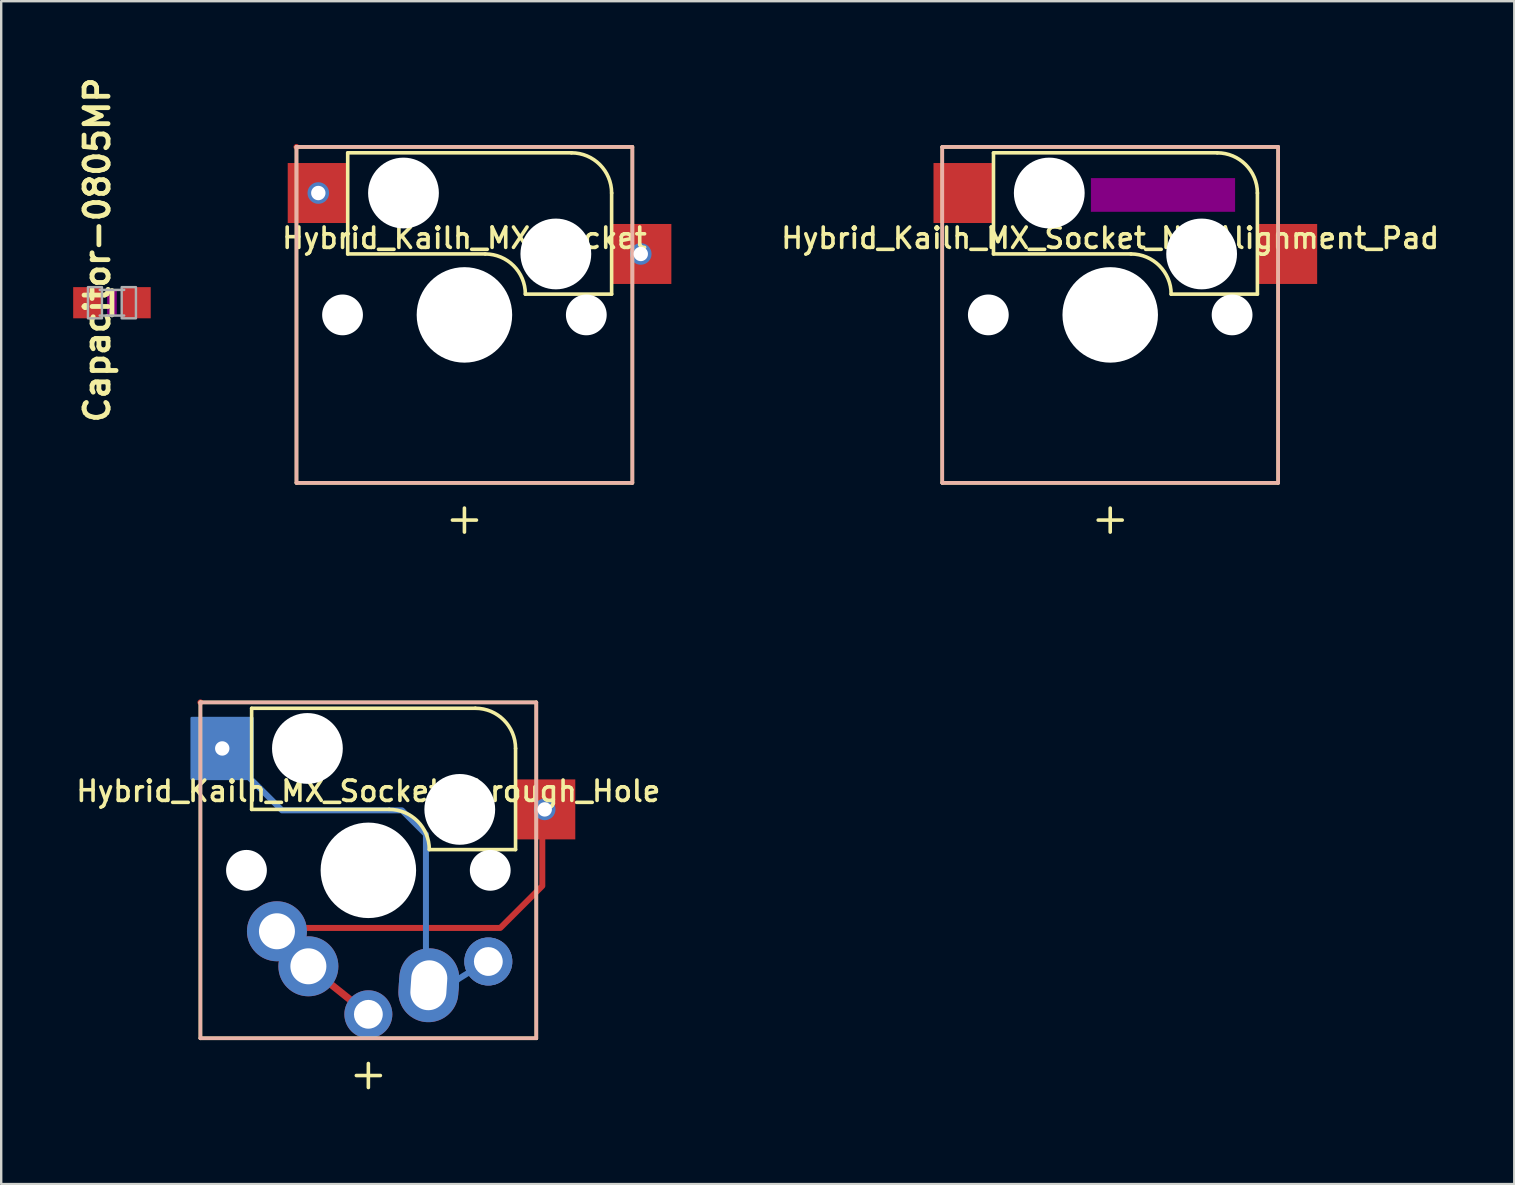
<source format=kicad_pcb>
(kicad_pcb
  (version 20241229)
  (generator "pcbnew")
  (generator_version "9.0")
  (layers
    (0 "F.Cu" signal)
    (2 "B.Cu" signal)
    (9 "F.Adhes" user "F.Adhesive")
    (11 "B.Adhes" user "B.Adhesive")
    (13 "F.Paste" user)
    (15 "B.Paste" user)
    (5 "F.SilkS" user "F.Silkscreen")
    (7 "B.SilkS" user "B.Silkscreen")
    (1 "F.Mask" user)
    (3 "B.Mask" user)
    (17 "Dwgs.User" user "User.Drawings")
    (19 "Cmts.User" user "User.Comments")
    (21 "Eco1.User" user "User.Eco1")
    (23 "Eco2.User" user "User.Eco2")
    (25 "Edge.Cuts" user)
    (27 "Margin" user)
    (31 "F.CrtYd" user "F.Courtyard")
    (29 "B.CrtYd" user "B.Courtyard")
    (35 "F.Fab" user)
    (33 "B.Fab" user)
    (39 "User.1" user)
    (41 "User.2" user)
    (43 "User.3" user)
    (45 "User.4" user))
  (footprint "Hybrid_Kailh_MX_Socket"
    (layer "F.Cu")
    (at 16.307 10.075)
    (property "Reference" "Hybrid_Kailh_MX_Socket" (at 0 -3.2 0) (layer "F.SilkS") (effects (font (size 0.85 0.85) (thickness 0.15))))
    (attr through_hole)
    (fp_line (start -7 -7) (end 7 -7) (stroke (width 0.15) (type solid)) (layer "F.SilkS"))
    (fp_line (start -7 7) (end -7 -7) (stroke (width 0.15) (type solid)) (layer "F.SilkS"))
    (fp_line (start -4.865 -6.75) (end -4.865 -2.54) (stroke (width 0.15) (type solid)) (layer "F.SilkS"))
    (fp_line (start -0.5 8.552) (end 0.5 8.552) (stroke (width 0.15) (type solid)) (layer "F.SilkS"))
    (fp_line (start 0 9.052) (end 0 8.052) (stroke (width 0.15) (type solid)) (layer "F.SilkS"))
    (fp_line (start 0.865 -2.54) (end -4.865 -2.54) (stroke (width 0.15) (type solid)) (layer "F.SilkS"))
    (fp_line (start 4.46 -6.755) (end -4.865 -6.755) (stroke (width 0.15) (type solid)) (layer "F.SilkS"))
    (fp_line (start 6.135 -5.08) (end 6.135 -0.865) (stroke (width 0.15) (type solid)) (layer "F.SilkS"))
    (fp_line (start 6.135 -0.865) (end 2.54 -0.865) (stroke (width 0.15) (type solid)) (layer "F.SilkS"))
    (fp_line (start 7 -7) (end 7 7) (stroke (width 0.15) (type solid)) (layer "F.SilkS"))
    (fp_line (start 7 7) (end -7 7) (stroke (width 0.15) (type solid)) (layer "F.SilkS"))
    (fp_arc (start 0.865 -2.54) (mid 2.049404 -2.049404) (end 2.54 -0.865) (stroke (width 0.15) (type solid)) (layer "F.SilkS"))
    (fp_arc (start 4.46 -6.755) (mid 5.644404 -6.264404) (end 6.135 -5.08) (stroke (width 0.15) (type solid)) (layer "F.SilkS"))
    (fp_line (start -7 -7) (end -7 7) (stroke (width 0.15) (type solid)) (layer "B.SilkS"))
    (fp_line (start -7 7) (end 7 7) (stroke (width 0.15) (type solid)) (layer "B.SilkS"))
    (fp_line (start 7 -7) (end -7 -7) (stroke (width 0.15) (type solid)) (layer "B.SilkS"))
    (fp_line (start 7 7) (end 7 -7) (stroke (width 0.15) (type solid)) (layer "B.SilkS"))
    (fp_line (start -10 -10) (end 10 -10) (stroke (width 0.15) (type solid)) (layer "Eco1.User"))
    (fp_line (start -10 10) (end -10 -10) (stroke (width 0.15) (type solid)) (layer "Eco1.User"))
    (fp_line (start 10 -10) (end 10 10) (stroke (width 0.15) (type solid)) (layer "Eco1.User"))
    (fp_line (start 10 10) (end -10 10) (stroke (width 0.15) (type solid)) (layer "Eco1.User"))
    (pad "" connect circle (at -7 -7) (size 0.25 0.25) (layers "F.Cu"))
    (pad "" np_thru_hole circle (at -5.08 0) (size 1.7 1.7) (drill 1.7) (layers "*.Cu" "*.Mask"))
    (pad "" np_thru_hole circle (at -2.54 -5.08) (size 2.95 2.95) (drill 2.95) (layers "*.Cu" "*.Mask"))
    (pad "" np_thru_hole circle (at 0 0) (size 3.98 3.98) (drill 3.98) (layers "*.Cu" "*.Mask"))
    (pad "" np_thru_hole circle (at 3.81 -2.54) (size 2.95 2.95) (drill 2.95) (layers "*.Cu" "*.Mask"))
    (pad "" np_thru_hole circle (at 5.08 0) (size 1.7 1.7) (drill 1.7) (layers "*.Cu" "*.Mask"))
    (pad "1" thru_hole circle (at 7.35 -2.54) (size 0.9 0.9) (drill 0.6) (layers "*.Cu"))
    (pad "1" smd rect (at 7.35 -2.54) (size 2.55 2.5) (layers "F.Cu" "F.Mask" "F.Paste"))
    (pad "2" thru_hole circle (at -6.09 -5.08) (size 0.9 0.9) (drill 0.6) (layers "*.Cu"))
    (pad "2" smd rect (at -6.09 -5.08) (size 2.55 2.5) (layers "F.Cu" "F.Mask" "F.Paste")))
  (footprint "Capacitor-0805MP"
    (layer "F.Cu")
    (at 1.616 9.567)
    (property "Reference" "Capacitor-0805MP" (at -1.2 -2.2 90) (layer "F.SilkS") (effects (font (size 1 1) (thickness 0.2)) (justify top)))
    (attr through_hole)
    (fp_line (start 0 -0.508) (end 0 0.508) (stroke (width 0.203) (type solid)) (layer "F.SilkS"))
    (fp_poly (pts (xy -0.2 0.5) (xy 0.2 0.5) (xy 0.2 -0.5) (xy -0.2 -0.5)) (stroke (width 0) (type solid)) (fill yes) (layer "F.Adhes"))
    (fp_line (start -0.51 -0.535) (end 0.51 -0.535) (stroke (width 0.102) (type solid)) (layer "F.Fab"))
    (fp_line (start -0.51 0.535) (end 0.51 0.535) (stroke (width 0.102) (type solid)) (layer "F.Fab"))
    (fp_poly (pts (xy -1 0.65) (xy -0.417 0.65) (xy -0.417 -0.65) (xy -1 -0.65)) (stroke (width 0.1) (type solid)) (fill no) (layer "F.Fab"))
    (fp_poly (pts (xy 0.406 0.65) (xy 1 0.65) (xy 1 -0.65) (xy 0.406 -0.65)) (stroke (width 0.1) (type solid)) (fill no) (layer "F.Fab"))
    (pad "1" smd rect (at -1.016 0) (size 1.2 1.3) (layers "F.Cu" "F.Mask" "F.Paste"))
    (pad "2" smd rect (at 1.016 0) (size 1.2 1.3) (layers "F.Cu" "F.Mask" "F.Paste")))
  (footprint "Hybrid_Kailh_MX_Socket_Through_Hole"
    (layer "F.Cu")
    (at 12.303 33.225)
    (property "Reference" "Hybrid_Kailh_MX_Socket_Through_Hole" (at 0 -3.3 0) (layer "F.SilkS") (effects (font (size 0.85 0.85) (thickness 0.15))))
    (attr through_hole)
    (fp_line (start -7 -7) (end 7 -7) (stroke (width 0.15) (type solid)) (layer "F.SilkS"))
    (fp_line (start -7 7) (end -7 -7) (stroke (width 0.15) (type solid)) (layer "F.SilkS"))
    (fp_line (start -4.865 -6.75) (end -4.865 -2.54) (stroke (width 0.15) (type solid)) (layer "F.SilkS"))
    (fp_line (start -0.5 8.552) (end 0.5 8.552) (stroke (width 0.15) (type solid)) (layer "F.SilkS"))
    (fp_line (start 0 9.052) (end 0 8.052) (stroke (width 0.15) (type solid)) (layer "F.SilkS"))
    (fp_line (start 0.865 -2.54) (end -4.865 -2.54) (stroke (width 0.15) (type solid)) (layer "F.SilkS"))
    (fp_line (start 4.46 -6.755) (end -4.865 -6.755) (stroke (width 0.15) (type solid)) (layer "F.SilkS"))
    (fp_line (start 6.135 -5.08) (end 6.135 -0.865) (stroke (width 0.15) (type solid)) (layer "F.SilkS"))
    (fp_line (start 6.135 -0.865) (end 2.54 -0.865) (stroke (width 0.15) (type solid)) (layer "F.SilkS"))
    (fp_line (start 7 -7) (end 7 7) (stroke (width 0.15) (type solid)) (layer "F.SilkS"))
    (fp_line (start 7 7) (end -7 7) (stroke (width 0.15) (type solid)) (layer "F.SilkS"))
    (fp_arc (start 0.865 -2.54) (mid 2.049404 -2.049404) (end 2.54 -0.865) (stroke (width 0.15) (type solid)) (layer "F.SilkS"))
    (fp_arc (start 4.460001 -6.755) (mid 5.644405 -6.264403) (end 6.135 -5.079999) (stroke (width 0.15) (type solid)) (layer "F.SilkS"))
    (fp_line (start -7 -7) (end -7 7) (stroke (width 0.15) (type solid)) (layer "B.SilkS"))
    (fp_line (start -7 7) (end 7 7) (stroke (width 0.15) (type solid)) (layer "B.SilkS"))
    (fp_line (start 7 -7) (end -7 -7) (stroke (width 0.15) (type solid)) (layer "B.SilkS"))
    (fp_line (start 7 7) (end 7 -7) (stroke (width 0.15) (type solid)) (layer "B.SilkS"))
    (fp_line (start -10 10) (end -10 -10) (stroke (width 0.15) (type solid)) (layer "Eco1.User"))
    (fp_line (start -10 -10) (end 10 -10) (stroke (width 0.15) (type solid)) (layer "Eco1.User"))
    (fp_line (start 10 10) (end -10 10) (stroke (width 0.15) (type solid)) (layer "Eco1.User"))
    (fp_line (start 10 -10) (end 10 10) (stroke (width 0.15) (type solid)) (layer "Eco1.User"))
    (pad "" connect circle (at -7 -7) (size 0.25 0.25) (layers "F.Cu"))
    (pad "" np_thru_hole circle (at -5.08 0) (size 1.7 1.7) (drill 1.7) (layers "*.Cu" "*.Mask"))
    (pad "" np_thru_hole circle (at -2.54 -5.08) (size 2.95 2.95) (drill 2.95) (layers "*.Cu" "*.Mask"))
    (pad "" np_thru_hole circle (at 0 0) (size 3.98 3.98) (drill 3.98) (layers "*.Cu" "*.Mask"))
    (pad "" np_thru_hole circle (at 3.81 -2.54) (size 2.95 2.95) (drill 2.95) (layers "*.Cu" "*.Mask"))
    (pad "" np_thru_hole circle (at 5.08 0) (size 1.7 1.7) (drill 1.7) (layers "*.Cu" "*.Mask"))
    (pad "1" thru_hole circle (at -3.81 2.54) (size 2.5 2.5) (drill 1.5) (layers "*.Cu" "*.Mask"))
    (pad "1" thru_hole circle (at -2.5 4) (size 2.5 2.5) (drill 1.5) (layers "*.Cu" "*.Mask"))
    (pad "1" thru_hole circle (at 0 6) (size 2 2) (drill 1.2) (layers "*.Cu" "*.Mask"))
    (pad "1" thru_hole circle (at 7.35 -2.54) (size 0.9 0.9) (drill 0.6) (layers "*.Cu"))
    (pad "1" smd rect (at 7.35 -2.54) (size 2.55 2.5) (layers "F.Cu" "F.Mask" "F.Paste"))
    (pad "1" smd custom (at 7.5 -2.5) (size 2 2) (layers "F.Cu") (options (anchor rect)) (primitives (gr_poly (pts (xy -1 -1) (xy 1 -1) (xy 1 1) (xy -1 1)) (width 0.1) (fill yes)) (gr_line (start -0.25 3.15) (end -2 4.9) (width 0.25)) (gr_line (start -0.25 0.4) (end -0.25 3.15) (width 0.25)) (gr_line (start -11.31 5.04) (end -10 6.5) (width 0.25)) (gr_line (start -2 4.9) (end -11.21 4.9) (width 0.25)) (gr_circle (center -11.31 5.04) (end -11 5.04) (width 1.25) (fill no)) (gr_circle (center -10 6.5) (end -9.75 6.5) (width 1.25) (fill no)) (gr_circle (center -7.5 8.5) (end -7.25 8.5) (width 1) (fill no)) (gr_line (start -10 6.5) (end -7.5 8.5) (width 0.3))))
    (pad "2" thru_hole circle (at -6.09 -5.08) (size 0.9 0.9) (drill 0.6) (layers "*.Cu"))
    (pad "2" smd rect (at -6.09 -5.08) (size 2.55 2.5) (layers "F.Cu" "F.Mask" "F.Paste"))
    (pad "2" smd custom (at -6.09 -5.08) (size 2.55 2.5) (layers "B.Cu") (options (anchor rect)) (primitives (gr_line (start -0.26 -0.17) (end 2.49 2.58) (width 0.25)) (gr_circle (center 11.09 8.88) (end 11.59 8.88) (width 1) (fill no)) (gr_circle (center 8.61 9.87) (end 9.235 9.87) (width 1.25) (fill no)) (gr_line (start 2.49 2.58) (end 7.49 2.58) (width 0.25)) (gr_line (start 7.49 2.58) (end 8.49 3.58) (width 0.25)) (gr_line (start 9.09 10.08) (end 11.09 8.83) (width 0.25)) (gr_poly (pts (xy -1.276 -1.27) (xy 1.264 -1.27) (xy 1.264 1.27) (xy -1.276 1.27)) (width 0.1) (fill yes)) (gr_line (start 8.49 3.58) (end 8.49 10.08) (width 0.25))))
    (pad "2" thru_hole oval (at 2.52 4.79 356.1) (size 2.5 3.08) (drill oval 1.5 2.08) (layers "*.Cu" "*.Mask"))
    (pad "2" thru_hole circle (at 5 3.8) (size 2 2) (drill 1.2) (layers "*.Cu" "*.Mask")))
  (footprint "Hybrid_Kailh_MX_Socket_No_Alignment_Pad"
    (layer "F.Cu")
    (at 43.223 10.075)
    (property "Reference" "Hybrid_Kailh_MX_Socket_No_Alignment_Pad" (at 0 -3.2 0) (layer "F.SilkS") (effects (font (size 0.85 0.85) (thickness 0.15))))
    (attr through_hole)
    (fp_line (start -7 -7) (end 7 -7) (stroke (width 0.15) (type solid)) (layer "F.SilkS"))
    (fp_line (start -7 7) (end -7 -7) (stroke (width 0.15) (type solid)) (layer "F.SilkS"))
    (fp_line (start -4.865 -6.75) (end -4.865 -2.54) (stroke (width 0.15) (type solid)) (layer "F.SilkS"))
    (fp_line (start -0.5 8.552) (end 0.5 8.552) (stroke (width 0.15) (type solid)) (layer "F.SilkS"))
    (fp_line (start 0 9.052) (end 0 8.052) (stroke (width 0.15) (type solid)) (layer "F.SilkS"))
    (fp_line (start 0.865 -2.54) (end -4.865 -2.54) (stroke (width 0.15) (type solid)) (layer "F.SilkS"))
    (fp_line (start 4.46 -6.755) (end -4.865 -6.755) (stroke (width 0.15) (type solid)) (layer "F.SilkS"))
    (fp_line (start 6.135 -5.08) (end 6.135 -0.865) (stroke (width 0.15) (type solid)) (layer "F.SilkS"))
    (fp_line (start 6.135 -0.865) (end 2.54 -0.865) (stroke (width 0.15) (type solid)) (layer "F.SilkS"))
    (fp_line (start 7 -7) (end 7 7) (stroke (width 0.15) (type solid)) (layer "F.SilkS"))
    (fp_line (start 7 7) (end -7 7) (stroke (width 0.15) (type solid)) (layer "F.SilkS"))
    (fp_arc (start 0.865 -2.54) (mid 2.049404 -2.049404) (end 2.54 -0.865) (stroke (width 0.15) (type solid)) (layer "F.SilkS"))
    (fp_arc (start 4.460001 -6.755) (mid 5.644405 -6.264403) (end 6.135 -5.079999) (stroke (width 0.15) (type solid)) (layer "F.SilkS"))
    (fp_line (start -7 -7) (end -7 7) (stroke (width 0.15) (type solid)) (layer "B.SilkS"))
    (fp_line (start -7 7) (end 7 7) (stroke (width 0.15) (type solid)) (layer "B.SilkS"))
    (fp_line (start 7 -7) (end -7 -7) (stroke (width 0.15) (type solid)) (layer "B.SilkS"))
    (fp_line (start 7 7) (end 7 -7) (stroke (width 0.15) (type solid)) (layer "B.SilkS"))
    (fp_poly (pts (xy -0.8 -5.7) (xy -0.8 -4.3) (xy 5.2 -4.3) (xy 5.2 -5.7)) (stroke (width 0.01) (type solid)) (fill yes) (layer "F.Adhes"))
    (fp_line (start -10 10) (end -10 -10) (stroke (width 0.15) (type solid)) (layer "Eco1.User"))
    (fp_line (start -10 -10) (end 10 -10) (stroke (width 0.15) (type solid)) (layer "Eco1.User"))
    (fp_line (start 10 10) (end -10 10) (stroke (width 0.15) (type solid)) (layer "Eco1.User"))
    (fp_line (start 10 -10) (end 10 10) (stroke (width 0.15) (type solid)) (layer "Eco1.User"))
    (pad "" np_thru_hole circle (at -5.08 0) (size 1.7 1.7) (drill 1.7) (layers "*.Cu" "*.Mask"))
    (pad "" np_thru_hole circle (at -2.54 -5.08) (size 2.95 2.95) (drill 2.95) (layers "*.Cu" "*.Mask"))
    (pad "" np_thru_hole circle (at 0 0) (size 3.98 3.98) (drill 3.98) (layers "*.Cu" "*.Mask"))
    (pad "" np_thru_hole circle (at 3.81 -2.54) (size 2.95 2.95) (drill 2.95) (layers "*.Cu" "*.Mask"))
    (pad "" np_thru_hole circle (at 5.08 0) (size 1.7 1.7) (drill 1.7) (layers "*.Cu" "*.Mask"))
    (pad "1" smd rect (at 7.35 -2.54) (size 2.55 2.5) (layers "F.Cu" "F.Mask" "F.Paste"))
    (pad "2" smd rect (at -6.09 -5.08) (size 2.55 2.5) (layers "F.Cu" "F.Mask" "F.Paste")))
  (gr_rect
    (start -3 -3)
    (end 60.064 46.3)
    (stroke (width 0.1) (type default))
    (fill no)
    (layer "Edge.Cuts")))
</source>
